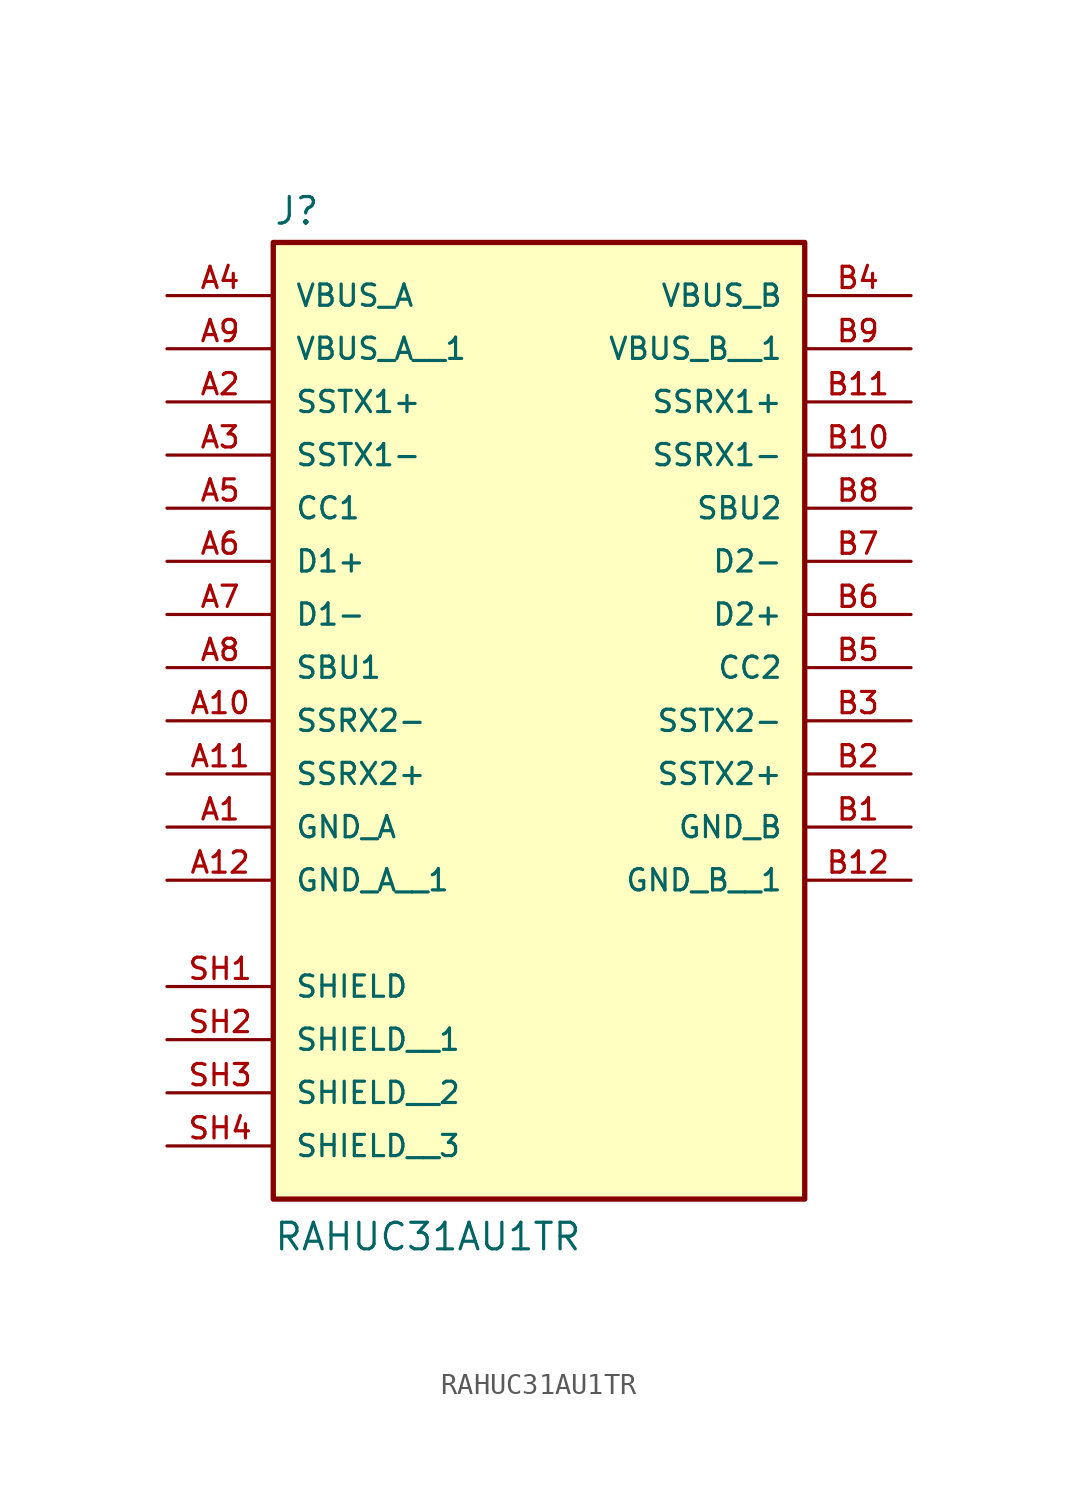
<source format=kicad_sym>
(kicad_symbol_lib
  (version 20211014)
  (generator kicad_symbol_editor)
  (symbol "RAHUC31AU1TR"
    (pin_names
      (offset 1.016))
    (property "Reference" "J"
      (at -12.7 16.002 0)
      (effects (font (size 1.27 1.27)) (justify bottom left)))
    (property "Value" "RAHUC31AU1TR"
      (at -12.7 -33.02 0)
      (effects (font (size 1.27 1.27)) (justify bottom left)))
    (symbol "RAHUC31AU1TR_0_0"
      (rectangle (start -12.7 -30.48) (end 12.7 15.24) (stroke (width 0.254)) (fill (type background)))
      (pin power_in line (at -17.78 -12.7 0) (length 5.08) (name "GND_A" (effects (font (size 1.016 1.016)))) (number "A1" (effects (font (size 1.016 1.016)))))
      (pin bidirectional line (at -17.78 5.08 0) (length 5.08) (name "SSTX1-" (effects (font (size 1.016 1.016)))) (number "A3" (effects (font (size 1.016 1.016)))))
      (pin bidirectional line (at -17.78 7.62 0) (length 5.08) (name "SSTX1+" (effects (font (size 1.016 1.016)))) (number "A2" (effects (font (size 1.016 1.016)))))
      (pin power_in line (at -17.78 12.7 0) (length 5.08) (name "VBUS_A" (effects (font (size 1.016 1.016)))) (number "A4" (effects (font (size 1.016 1.016)))))
      (pin bidirectional line (at -17.78 0.0 0) (length 5.08) (name "D1+" (effects (font (size 1.016 1.016)))) (number "A6" (effects (font (size 1.016 1.016)))))
      (pin bidirectional line (at -17.78 2.54 0) (length 5.08) (name "CC1" (effects (font (size 1.016 1.016)))) (number "A5" (effects (font (size 1.016 1.016)))))
      (pin bidirectional line (at -17.78 -5.08 0) (length 5.08) (name "SBU1" (effects (font (size 1.016 1.016)))) (number "A8" (effects (font (size 1.016 1.016)))))
      (pin bidirectional line (at -17.78 -2.54 0) (length 5.08) (name "D1-" (effects (font (size 1.016 1.016)))) (number "A7" (effects (font (size 1.016 1.016)))))
      (pin bidirectional line (at -17.78 -7.62 0) (length 5.08) (name "SSRX2-" (effects (font (size 1.016 1.016)))) (number "A10" (effects (font (size 1.016 1.016)))))
      (pin bidirectional line (at -17.78 -10.16 0) (length 5.08) (name "SSRX2+" (effects (font (size 1.016 1.016)))) (number "A11" (effects (font (size 1.016 1.016)))))
      (pin passive line (at -17.78 -20.32 0) (length 5.08) (name "SHIELD" (effects (font (size 1.016 1.016)))) (number "SH1" (effects (font (size 1.016 1.016)))))
      (pin power_in line (at 17.78 -12.7 180.0) (length 5.08) (name "GND_B" (effects (font (size 1.016 1.016)))) (number "B1" (effects (font (size 1.016 1.016)))))
      (pin bidirectional line (at 17.78 -7.62 180.0) (length 5.08) (name "SSTX2-" (effects (font (size 1.016 1.016)))) (number "B3" (effects (font (size 1.016 1.016)))))
      (pin bidirectional line (at 17.78 -10.16 180.0) (length 5.08) (name "SSTX2+" (effects (font (size 1.016 1.016)))) (number "B2" (effects (font (size 1.016 1.016)))))
      (pin power_in line (at 17.78 12.7 180.0) (length 5.08) (name "VBUS_B" (effects (font (size 1.016 1.016)))) (number "B4" (effects (font (size 1.016 1.016)))))
      (pin bidirectional line (at 17.78 -2.54 180.0) (length 5.08) (name "D2+" (effects (font (size 1.016 1.016)))) (number "B6" (effects (font (size 1.016 1.016)))))
      (pin bidirectional line (at 17.78 -5.08 180.0) (length 5.08) (name "CC2" (effects (font (size 1.016 1.016)))) (number "B5" (effects (font (size 1.016 1.016)))))
      (pin bidirectional line (at 17.78 2.54 180.0) (length 5.08) (name "SBU2" (effects (font (size 1.016 1.016)))) (number "B8" (effects (font (size 1.016 1.016)))))
      (pin bidirectional line (at 17.78 0.0 180.0) (length 5.08) (name "D2-" (effects (font (size 1.016 1.016)))) (number "B7" (effects (font (size 1.016 1.016)))))
      (pin bidirectional line (at 17.78 5.08 180.0) (length 5.08) (name "SSRX1-" (effects (font (size 1.016 1.016)))) (number "B10" (effects (font (size 1.016 1.016)))))
      (pin bidirectional line (at 17.78 7.62 180.0) (length 5.08) (name "SSRX1+" (effects (font (size 1.016 1.016)))) (number "B11" (effects (font (size 1.016 1.016)))))
      (pin power_in line (at -17.78 10.16 0) (length 5.08) (name "VBUS_A__1" (effects (font (size 1.016 1.016)))) (number "A9" (effects (font (size 1.016 1.016)))))
      (pin power_in line (at -17.78 -15.24 0) (length 5.08) (name "GND_A__1" (effects (font (size 1.016 1.016)))) (number "A12" (effects (font (size 1.016 1.016)))))
      (pin passive line (at -17.78 -22.86 0) (length 5.08) (name "SHIELD__1" (effects (font (size 1.016 1.016)))) (number "SH2" (effects (font (size 1.016 1.016)))))
      (pin passive line (at -17.78 -25.4 0) (length 5.08) (name "SHIELD__2" (effects (font (size 1.016 1.016)))) (number "SH3" (effects (font (size 1.016 1.016)))))
      (pin passive line (at -17.78 -27.94 0) (length 5.08) (name "SHIELD__3" (effects (font (size 1.016 1.016)))) (number "SH4" (effects (font (size 1.016 1.016)))))
      (pin power_in line (at 17.78 10.16 180.0) (length 5.08) (name "VBUS_B__1" (effects (font (size 1.016 1.016)))) (number "B9" (effects (font (size 1.016 1.016)))))
      (pin power_in line (at 17.78 -15.24 180.0) (length 5.08) (name "GND_B__1" (effects (font (size 1.016 1.016)))) (number "B12" (effects (font (size 1.016 1.016))))))))
</source>
